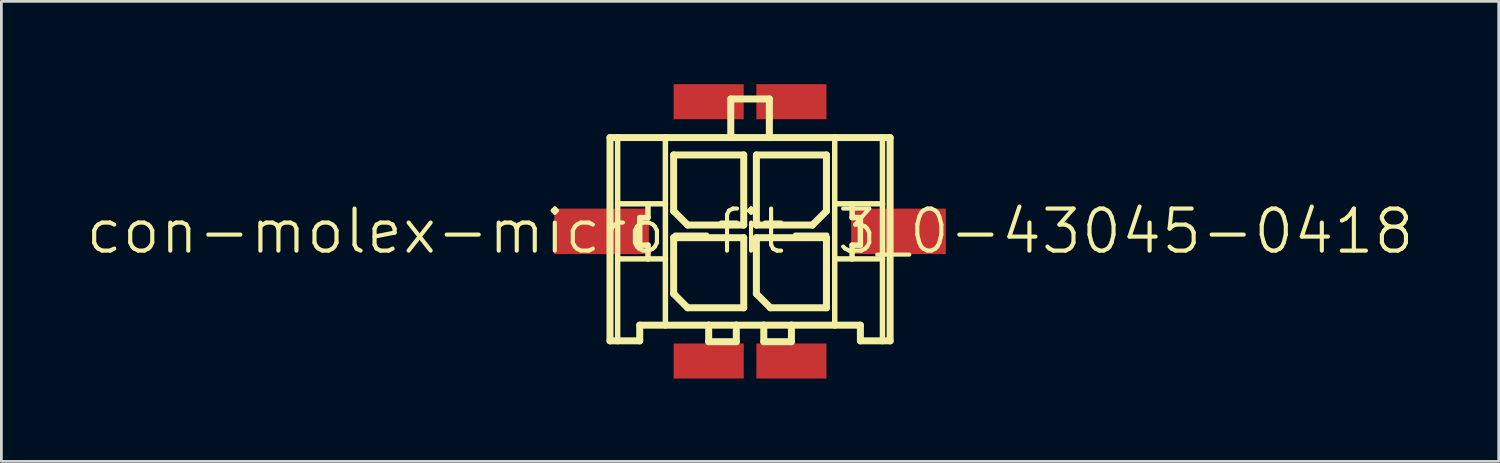
<source format=kicad_pcb>
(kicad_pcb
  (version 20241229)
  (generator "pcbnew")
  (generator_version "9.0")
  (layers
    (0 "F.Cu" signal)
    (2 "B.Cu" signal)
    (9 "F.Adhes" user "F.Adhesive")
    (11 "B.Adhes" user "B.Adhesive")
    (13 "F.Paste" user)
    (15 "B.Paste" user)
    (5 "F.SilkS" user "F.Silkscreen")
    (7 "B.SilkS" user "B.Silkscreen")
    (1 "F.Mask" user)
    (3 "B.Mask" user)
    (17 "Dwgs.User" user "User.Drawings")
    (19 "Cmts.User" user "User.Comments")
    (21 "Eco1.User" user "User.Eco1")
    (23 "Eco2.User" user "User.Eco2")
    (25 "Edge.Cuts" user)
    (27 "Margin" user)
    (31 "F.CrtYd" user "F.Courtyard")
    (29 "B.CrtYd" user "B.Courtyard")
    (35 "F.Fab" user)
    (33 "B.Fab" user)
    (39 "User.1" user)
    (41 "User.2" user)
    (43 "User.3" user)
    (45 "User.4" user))
  (footprint "con-molex-micro-fit-3_0-43045-0418"
    (layer "F.Cu")
    (at 24.13 5.334)
    (property "Reference" "con-molex-micro-fit-3_0-43045-0418" (at 0 0 0) (layer "F.SilkS") (effects (font (size 1.524 1.524) (thickness 0.15))))
    (attr smd)
    (fp_line (start -5.075 -3.399) (end -4.798 -3.399) (stroke (width 0.254) (type solid)) (layer "F.SilkS"))
    (fp_line (start -5.075 3.967) (end -5.075 -3.399) (stroke (width 0.254) (type solid)) (layer "F.SilkS"))
    (fp_line (start -4.798 -3.399) (end -3.068 -3.399) (stroke (width 0.254) (type solid)) (layer "F.SilkS"))
    (fp_line (start -4.798 -0.998) (end -4.798 -3.399) (stroke (width 0.198) (type solid)) (layer "F.SilkS"))
    (fp_line (start -4.798 0.998) (end -4.798 -0.998) (stroke (width 0.198) (type solid)) (layer "F.SilkS"))
    (fp_line (start -4.798 3.967) (end -5.075 3.967) (stroke (width 0.254) (type solid)) (layer "F.SilkS"))
    (fp_line (start -4.798 3.967) (end -4.798 0.998) (stroke (width 0.198) (type solid)) (layer "F.SilkS"))
    (fp_line (start -3.998 -0.498) (end -3.998 0.498) (stroke (width 0.198) (type solid)) (layer "F.SilkS"))
    (fp_line (start -3.998 0.498) (end -3.698 0.498) (stroke (width 0.198) (type solid)) (layer "F.SilkS"))
    (fp_line (start -3.998 3.399) (end -3.998 3.967) (stroke (width 0.254) (type solid)) (layer "F.SilkS"))
    (fp_line (start -3.998 3.967) (end -4.798 3.967) (stroke (width 0.254) (type solid)) (layer "F.SilkS"))
    (fp_line (start -3.698 -0.998) (end -4.798 -0.998) (stroke (width 0.198) (type solid)) (layer "F.SilkS"))
    (fp_line (start -3.698 -0.998) (end -3.698 -0.498) (stroke (width 0.198) (type solid)) (layer "F.SilkS"))
    (fp_line (start -3.698 -0.498) (end -3.998 -0.498) (stroke (width 0.198) (type solid)) (layer "F.SilkS"))
    (fp_line (start -3.698 0.498) (end -3.698 0.998) (stroke (width 0.198) (type solid)) (layer "F.SilkS"))
    (fp_line (start -3.698 0.998) (end -4.798 0.998) (stroke (width 0.198) (type solid)) (layer "F.SilkS"))
    (fp_line (start -3.068 -3.399) (end -0.699 -3.399) (stroke (width 0.254) (type solid)) (layer "F.SilkS"))
    (fp_line (start -3.068 -0.998) (end -3.698 -0.998) (stroke (width 0.198) (type solid)) (layer "F.SilkS"))
    (fp_line (start -3.068 -0.998) (end -3.068 -3.399) (stroke (width 0.198) (type solid)) (layer "F.SilkS"))
    (fp_line (start -3.068 0.998) (end -3.698 0.998) (stroke (width 0.198) (type solid)) (layer "F.SilkS"))
    (fp_line (start -3.068 0.998) (end -3.068 -0.998) (stroke (width 0.198) (type solid)) (layer "F.SilkS"))
    (fp_line (start -3.068 3.399) (end -3.998 3.399) (stroke (width 0.254) (type solid)) (layer "F.SilkS"))
    (fp_line (start -3.068 3.399) (end -3.068 0.998) (stroke (width 0.198) (type solid)) (layer "F.SilkS"))
    (fp_line (start -2.769 -2.769) (end -0.229 -2.769) (stroke (width 0.254) (type solid)) (layer "F.SilkS"))
    (fp_line (start -2.769 -0.737) (end -2.769 -2.769) (stroke (width 0.254) (type solid)) (layer "F.SilkS"))
    (fp_line (start -2.769 0.229) (end -0.229 0.229) (stroke (width 0.254) (type solid)) (layer "F.SilkS"))
    (fp_line (start -2.769 2.261) (end -2.769 0.229) (stroke (width 0.254) (type solid)) (layer "F.SilkS"))
    (fp_line (start -2.261 -0.229) (end -2.769 -0.737) (stroke (width 0.254) (type solid)) (layer "F.SilkS"))
    (fp_line (start -2.261 2.769) (end -2.769 2.261) (stroke (width 0.254) (type solid)) (layer "F.SilkS"))
    (fp_line (start -1.499 3.399) (end -3.068 3.399) (stroke (width 0.254) (type solid)) (layer "F.SilkS"))
    (fp_line (start -1.499 3.399) (end -1.499 3.998) (stroke (width 0.254) (type solid)) (layer "F.SilkS"))
    (fp_line (start -1.499 3.998) (end -0.498 3.998) (stroke (width 0.254) (type solid)) (layer "F.SilkS"))
    (fp_line (start -0.699 -4.798) (end -0.699 -3.399) (stroke (width 0.254) (type solid)) (layer "F.SilkS"))
    (fp_line (start -0.699 -4.798) (end 0.699 -4.798) (stroke (width 0.254) (type solid)) (layer "F.SilkS"))
    (fp_line (start -0.699 -3.399) (end 0.699 -3.399) (stroke (width 0.254) (type solid)) (layer "F.SilkS"))
    (fp_line (start -0.498 3.399) (end -1.499 3.399) (stroke (width 0.254) (type solid)) (layer "F.SilkS"))
    (fp_line (start -0.498 3.998) (end -0.498 3.399) (stroke (width 0.254) (type solid)) (layer "F.SilkS"))
    (fp_line (start -0.229 -2.769) (end -0.229 -0.229) (stroke (width 0.254) (type solid)) (layer "F.SilkS"))
    (fp_line (start -0.229 -0.229) (end -2.261 -0.229) (stroke (width 0.254) (type solid)) (layer "F.SilkS"))
    (fp_line (start -0.229 0.229) (end -0.229 2.769) (stroke (width 0.254) (type solid)) (layer "F.SilkS"))
    (fp_line (start -0.229 2.769) (end -2.261 2.769) (stroke (width 0.254) (type solid)) (layer "F.SilkS"))
    (fp_line (start 0.229 -2.769) (end 0.229 -0.229) (stroke (width 0.254) (type solid)) (layer "F.SilkS"))
    (fp_line (start 0.229 -0.229) (end 2.261 -0.229) (stroke (width 0.254) (type solid)) (layer "F.SilkS"))
    (fp_line (start 0.229 0.229) (end 2.769 0.229) (stroke (width 0.254) (type solid)) (layer "F.SilkS"))
    (fp_line (start 0.229 2.261) (end 0.229 0.229) (stroke (width 0.254) (type solid)) (layer "F.SilkS"))
    (fp_line (start 0.498 3.399) (end -0.498 3.399) (stroke (width 0.254) (type solid)) (layer "F.SilkS"))
    (fp_line (start 0.498 3.399) (end 0.498 3.998) (stroke (width 0.254) (type solid)) (layer "F.SilkS"))
    (fp_line (start 0.498 3.998) (end 1.499 3.998) (stroke (width 0.254) (type solid)) (layer "F.SilkS"))
    (fp_line (start 0.699 -4.798) (end 0.699 -3.399) (stroke (width 0.254) (type solid)) (layer "F.SilkS"))
    (fp_line (start 0.699 -3.399) (end 3.068 -3.399) (stroke (width 0.254) (type solid)) (layer "F.SilkS"))
    (fp_line (start 0.737 2.769) (end 0.229 2.261) (stroke (width 0.254) (type solid)) (layer "F.SilkS"))
    (fp_line (start 1.499 3.399) (end 0.498 3.399) (stroke (width 0.254) (type solid)) (layer "F.SilkS"))
    (fp_line (start 1.499 3.998) (end 1.499 3.399) (stroke (width 0.254) (type solid)) (layer "F.SilkS"))
    (fp_line (start 2.261 -0.229) (end 2.769 -0.737) (stroke (width 0.254) (type solid)) (layer "F.SilkS"))
    (fp_line (start 2.769 -2.769) (end 0.229 -2.769) (stroke (width 0.254) (type solid)) (layer "F.SilkS"))
    (fp_line (start 2.769 -0.737) (end 2.769 -2.769) (stroke (width 0.254) (type solid)) (layer "F.SilkS"))
    (fp_line (start 2.769 0.229) (end 2.769 2.769) (stroke (width 0.254) (type solid)) (layer "F.SilkS"))
    (fp_line (start 2.769 2.769) (end 0.737 2.769) (stroke (width 0.254) (type solid)) (layer "F.SilkS"))
    (fp_line (start 3.068 -3.399) (end 3.068 -0.998) (stroke (width 0.198) (type solid)) (layer "F.SilkS"))
    (fp_line (start 3.068 -3.399) (end 4.798 -3.399) (stroke (width 0.254) (type solid)) (layer "F.SilkS"))
    (fp_line (start 3.068 -0.998) (end 3.068 0.998) (stroke (width 0.198) (type solid)) (layer "F.SilkS"))
    (fp_line (start 3.068 -0.998) (end 3.698 -0.998) (stroke (width 0.198) (type solid)) (layer "F.SilkS"))
    (fp_line (start 3.068 0.998) (end 3.068 3.399) (stroke (width 0.198) (type solid)) (layer "F.SilkS"))
    (fp_line (start 3.068 0.998) (end 3.698 0.998) (stroke (width 0.198) (type solid)) (layer "F.SilkS"))
    (fp_line (start 3.068 3.399) (end 1.499 3.399) (stroke (width 0.254) (type solid)) (layer "F.SilkS"))
    (fp_line (start 3.698 -0.998) (end 3.698 -0.498) (stroke (width 0.198) (type solid)) (layer "F.SilkS"))
    (fp_line (start 3.698 -0.998) (end 4.798 -0.998) (stroke (width 0.198) (type solid)) (layer "F.SilkS"))
    (fp_line (start 3.698 -0.498) (end 3.998 -0.498) (stroke (width 0.198) (type solid)) (layer "F.SilkS"))
    (fp_line (start 3.698 0.498) (end 3.698 0.998) (stroke (width 0.198) (type solid)) (layer "F.SilkS"))
    (fp_line (start 3.698 0.998) (end 4.798 0.998) (stroke (width 0.198) (type solid)) (layer "F.SilkS"))
    (fp_line (start 3.998 -0.498) (end 3.998 0.498) (stroke (width 0.198) (type solid)) (layer "F.SilkS"))
    (fp_line (start 3.998 0.498) (end 3.698 0.498) (stroke (width 0.198) (type solid)) (layer "F.SilkS"))
    (fp_line (start 3.998 3.399) (end 3.068 3.399) (stroke (width 0.254) (type solid)) (layer "F.SilkS"))
    (fp_line (start 3.998 3.967) (end 3.998 3.399) (stroke (width 0.254) (type solid)) (layer "F.SilkS"))
    (fp_line (start 3.998 3.967) (end 4.798 3.967) (stroke (width 0.254) (type solid)) (layer "F.SilkS"))
    (fp_line (start 4.798 -3.399) (end 5.075 -3.399) (stroke (width 0.254) (type solid)) (layer "F.SilkS"))
    (fp_line (start 4.798 -0.998) (end 4.798 -3.399) (stroke (width 0.198) (type solid)) (layer "F.SilkS"))
    (fp_line (start 4.798 0.998) (end 4.798 -0.998) (stroke (width 0.198) (type solid)) (layer "F.SilkS"))
    (fp_line (start 4.798 3.967) (end 4.798 0.998) (stroke (width 0.198) (type solid)) (layer "F.SilkS"))
    (fp_line (start 4.798 3.967) (end 5.075 3.967) (stroke (width 0.254) (type solid)) (layer "F.SilkS"))
    (fp_line (start 5.075 -3.399) (end 5.075 3.967) (stroke (width 0.254) (type solid)) (layer "F.SilkS"))
    (pad "CLIP" smd rect (at -5.38 0) (size 3.429 1.648) (layers "F.Cu" "F.Mask" "F.Paste"))
    (pad "CLIP" smd rect (at 5.38 0) (size 3.429 1.648) (layers "F.Cu" "F.Mask" "F.Paste"))
    (pad "P$1" smd rect (at 1.499 4.699) (size 2.54 1.27) (layers "F.Cu" "F.Mask" "F.Paste"))
    (pad "P$2" smd rect (at -1.499 4.699) (size 2.54 1.27) (layers "F.Cu" "F.Mask" "F.Paste"))
    (pad "P$3" smd rect (at 1.499 -4.699) (size 2.54 1.27) (layers "F.Cu" "F.Mask" "F.Paste"))
    (pad "P$4" smd rect (at -1.499 -4.699) (size 2.54 1.27) (layers "F.Cu" "F.Mask" "F.Paste")))
  (gr_rect
    (start -3 -3)
    (end 51.26 13.668)
    (stroke (width 0.1) (type default))
    (fill no)
    (layer "Edge.Cuts")))
</source>
